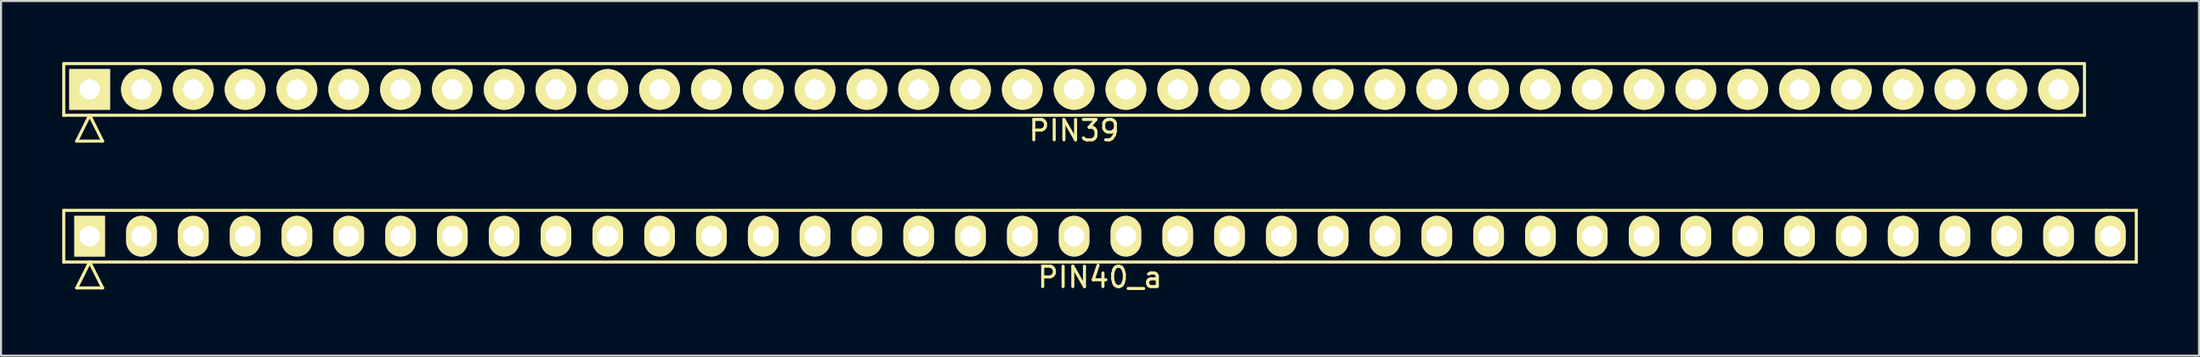
<source format=kicad_pcb>
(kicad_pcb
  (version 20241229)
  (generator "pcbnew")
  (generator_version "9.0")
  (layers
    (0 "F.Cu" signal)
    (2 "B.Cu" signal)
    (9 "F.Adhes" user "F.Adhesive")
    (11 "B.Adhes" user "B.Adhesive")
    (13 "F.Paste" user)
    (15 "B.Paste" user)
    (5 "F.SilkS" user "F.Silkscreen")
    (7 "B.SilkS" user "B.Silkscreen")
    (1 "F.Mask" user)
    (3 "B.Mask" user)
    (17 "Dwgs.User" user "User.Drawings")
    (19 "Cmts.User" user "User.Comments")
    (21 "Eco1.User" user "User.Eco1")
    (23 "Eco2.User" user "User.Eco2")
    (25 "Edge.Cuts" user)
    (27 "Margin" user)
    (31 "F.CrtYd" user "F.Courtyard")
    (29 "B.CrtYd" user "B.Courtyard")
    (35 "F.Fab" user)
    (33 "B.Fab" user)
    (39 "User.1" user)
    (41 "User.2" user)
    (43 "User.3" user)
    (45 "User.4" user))
  (footprint "PIN39"
    (layer "F.Cu")
    (at 49.605 1.345)
    (property "Reference" "PIN39" (at 0 2.02 0) (layer "F.SilkS") (effects (font (size 1 1) (thickness 0.15))))
    (attr through_hole)
    (fp_line (start -49.53 -1.27) (end -49.53 1.27) (stroke (width 0.15) (type solid)) (layer "F.SilkS"))
    (fp_line (start -49.53 1.27) (end 49.53 1.27) (stroke (width 0.15) (type solid)) (layer "F.SilkS"))
    (fp_line (start -48.895 2.54) (end -48.26 1.27) (stroke (width 0.15) (type solid)) (layer "F.SilkS"))
    (fp_line (start -48.895 2.54) (end -47.625 2.54) (stroke (width 0.15) (type solid)) (layer "F.SilkS"))
    (fp_line (start -47.625 2.54) (end -48.26 1.27) (stroke (width 0.15) (type solid)) (layer "F.SilkS"))
    (fp_line (start 49.53 -1.27) (end -49.53 -1.27) (stroke (width 0.15) (type solid)) (layer "F.SilkS"))
    (fp_line (start 49.53 1.27) (end 49.53 -1.27) (stroke (width 0.15) (type solid)) (layer "F.SilkS"))
    (pad "1" thru_hole rect (at -48.26 0) (size 2 2) (drill 1) (layers "*.Cu" "*.Mask" "F.SilkS"))
    (pad "2" thru_hole oval (at -45.72 0) (size 2 2) (drill 1) (layers "*.Cu" "*.Mask" "F.SilkS"))
    (pad "3" thru_hole oval (at -43.18 0) (size 2 2) (drill 1) (layers "*.Cu" "*.Mask" "F.SilkS"))
    (pad "4" thru_hole oval (at -40.64 0) (size 2 2) (drill 1) (layers "*.Cu" "*.Mask" "F.SilkS"))
    (pad "5" thru_hole oval (at -38.1 0) (size 2 2) (drill 1) (layers "*.Cu" "*.Mask" "F.SilkS"))
    (pad "6" thru_hole oval (at -35.56 0) (size 2 2) (drill 1) (layers "*.Cu" "*.Mask" "F.SilkS"))
    (pad "7" thru_hole oval (at -33.02 0) (size 2 2) (drill 1) (layers "*.Cu" "*.Mask" "F.SilkS"))
    (pad "8" thru_hole oval (at -30.48 0) (size 2 2) (drill 1) (layers "*.Cu" "*.Mask" "F.SilkS"))
    (pad "9" thru_hole oval (at -27.94 0) (size 2 2) (drill 1) (layers "*.Cu" "*.Mask" "F.SilkS"))
    (pad "10" thru_hole oval (at -25.4 0) (size 2 2) (drill 1) (layers "*.Cu" "*.Mask" "F.SilkS"))
    (pad "11" thru_hole oval (at -22.86 0) (size 2 2) (drill 1) (layers "*.Cu" "*.Mask" "F.SilkS"))
    (pad "12" thru_hole oval (at -20.32 0) (size 2 2) (drill 1) (layers "*.Cu" "*.Mask" "F.SilkS"))
    (pad "13" thru_hole oval (at -17.78 0) (size 2 2) (drill 1) (layers "*.Cu" "*.Mask" "F.SilkS"))
    (pad "14" thru_hole oval (at -15.24 0) (size 2 2) (drill 1) (layers "*.Cu" "*.Mask" "F.SilkS"))
    (pad "15" thru_hole oval (at -12.7 0) (size 2 2) (drill 1) (layers "*.Cu" "*.Mask" "F.SilkS"))
    (pad "16" thru_hole oval (at -10.16 0) (size 2 2) (drill 1) (layers "*.Cu" "*.Mask" "F.SilkS"))
    (pad "17" thru_hole oval (at -7.62 0) (size 2 2) (drill 1) (layers "*.Cu" "*.Mask" "F.SilkS"))
    (pad "18" thru_hole oval (at -5.08 0) (size 2 2) (drill 1) (layers "*.Cu" "*.Mask" "F.SilkS"))
    (pad "19" thru_hole oval (at -2.54 0) (size 2 2) (drill 1) (layers "*.Cu" "*.Mask" "F.SilkS"))
    (pad "20" thru_hole oval (at 0 0) (size 2 2) (drill 1) (layers "*.Cu" "*.Mask" "F.SilkS"))
    (pad "21" thru_hole oval (at 2.54 0) (size 2 2) (drill 1) (layers "*.Cu" "*.Mask" "F.SilkS"))
    (pad "22" thru_hole oval (at 5.08 0) (size 2 2) (drill 1) (layers "*.Cu" "*.Mask" "F.SilkS"))
    (pad "23" thru_hole oval (at 7.62 0) (size 2 2) (drill 1) (layers "*.Cu" "*.Mask" "F.SilkS"))
    (pad "24" thru_hole oval (at 10.16 0) (size 2 2) (drill 1) (layers "*.Cu" "*.Mask" "F.SilkS"))
    (pad "25" thru_hole oval (at 12.7 0) (size 2 2) (drill 1) (layers "*.Cu" "*.Mask" "F.SilkS"))
    (pad "26" thru_hole oval (at 15.24 0) (size 2 2) (drill 1) (layers "*.Cu" "*.Mask" "F.SilkS"))
    (pad "27" thru_hole oval (at 17.78 0) (size 2 2) (drill 1) (layers "*.Cu" "*.Mask" "F.SilkS"))
    (pad "28" thru_hole oval (at 20.32 0) (size 2 2) (drill 1) (layers "*.Cu" "*.Mask" "F.SilkS"))
    (pad "29" thru_hole oval (at 22.86 0) (size 2 2) (drill 1) (layers "*.Cu" "*.Mask" "F.SilkS"))
    (pad "30" thru_hole oval (at 25.4 0) (size 2 2) (drill 1) (layers "*.Cu" "*.Mask" "F.SilkS"))
    (pad "31" thru_hole oval (at 27.94 0) (size 2 2) (drill 1) (layers "*.Cu" "*.Mask" "F.SilkS"))
    (pad "32" thru_hole oval (at 30.48 0) (size 2 2) (drill 1) (layers "*.Cu" "*.Mask" "F.SilkS"))
    (pad "33" thru_hole oval (at 33.02 0) (size 2 2) (drill 1) (layers "*.Cu" "*.Mask" "F.SilkS"))
    (pad "34" thru_hole oval (at 35.56 0) (size 2 2) (drill 1) (layers "*.Cu" "*.Mask" "F.SilkS"))
    (pad "35" thru_hole oval (at 38.1 0) (size 2 2) (drill 1) (layers "*.Cu" "*.Mask" "F.SilkS"))
    (pad "36" thru_hole oval (at 40.64 0) (size 2 2) (drill 1) (layers "*.Cu" "*.Mask" "F.SilkS"))
    (pad "37" thru_hole oval (at 43.18 0) (size 2 2) (drill 1) (layers "*.Cu" "*.Mask" "F.SilkS"))
    (pad "38" thru_hole oval (at 45.72 0) (size 2 2) (drill 1) (layers "*.Cu" "*.Mask" "F.SilkS"))
    (pad "39" thru_hole oval (at 48.26 0) (size 2 2) (drill 1) (layers "*.Cu" "*.Mask" "F.SilkS")))
  (footprint "PIN40_a"
    (layer "F.Cu")
    (at 50.875 8.558)
    (property "Reference" "PIN40_a" (at 0 2.02 0) (layer "F.SilkS") (effects (font (size 1 1) (thickness 0.15))))
    (attr through_hole)
    (fp_line (start -50.8 -1.27) (end -50.8 1.27) (stroke (width 0.15) (type solid)) (layer "F.SilkS"))
    (fp_line (start -50.8 1.27) (end 50.8 1.27) (stroke (width 0.15) (type solid)) (layer "F.SilkS"))
    (fp_line (start -50.165 2.54) (end -49.53 1.27) (stroke (width 0.15) (type solid)) (layer "F.SilkS"))
    (fp_line (start -50.165 2.54) (end -48.895 2.54) (stroke (width 0.15) (type solid)) (layer "F.SilkS"))
    (fp_line (start -48.895 2.54) (end -49.53 1.27) (stroke (width 0.15) (type solid)) (layer "F.SilkS"))
    (fp_line (start 50.8 -1.27) (end -50.8 -1.27) (stroke (width 0.15) (type solid)) (layer "F.SilkS"))
    (fp_line (start 50.8 1.27) (end 50.8 -1.27) (stroke (width 0.15) (type solid)) (layer "F.SilkS"))
    (pad "1" thru_hole rect (at -49.53 0) (size 1.5 2) (drill 1) (layers "*.Cu" "*.Mask" "F.SilkS"))
    (pad "2" thru_hole oval (at -46.99 0) (size 1.5 2) (drill 1) (layers "*.Cu" "*.Mask" "F.SilkS"))
    (pad "3" thru_hole oval (at -44.45 0) (size 1.5 2) (drill 1) (layers "*.Cu" "*.Mask" "F.SilkS"))
    (pad "4" thru_hole oval (at -41.91 0) (size 1.5 2) (drill 1) (layers "*.Cu" "*.Mask" "F.SilkS"))
    (pad "5" thru_hole oval (at -39.37 0) (size 1.5 2) (drill 1) (layers "*.Cu" "*.Mask" "F.SilkS"))
    (pad "6" thru_hole oval (at -36.83 0) (size 1.5 2) (drill 1) (layers "*.Cu" "*.Mask" "F.SilkS"))
    (pad "7" thru_hole oval (at -34.29 0) (size 1.5 2) (drill 1) (layers "*.Cu" "*.Mask" "F.SilkS"))
    (pad "8" thru_hole oval (at -31.75 0) (size 1.5 2) (drill 1) (layers "*.Cu" "*.Mask" "F.SilkS"))
    (pad "9" thru_hole oval (at -29.21 0) (size 1.5 2) (drill 1) (layers "*.Cu" "*.Mask" "F.SilkS"))
    (pad "10" thru_hole oval (at -26.67 0) (size 1.5 2) (drill 1) (layers "*.Cu" "*.Mask" "F.SilkS"))
    (pad "11" thru_hole oval (at -24.13 0) (size 1.5 2) (drill 1) (layers "*.Cu" "*.Mask" "F.SilkS"))
    (pad "12" thru_hole oval (at -21.59 0) (size 1.5 2) (drill 1) (layers "*.Cu" "*.Mask" "F.SilkS"))
    (pad "13" thru_hole oval (at -19.05 0) (size 1.5 2) (drill 1) (layers "*.Cu" "*.Mask" "F.SilkS"))
    (pad "14" thru_hole oval (at -16.51 0) (size 1.5 2) (drill 1) (layers "*.Cu" "*.Mask" "F.SilkS"))
    (pad "15" thru_hole oval (at -13.97 0) (size 1.5 2) (drill 1) (layers "*.Cu" "*.Mask" "F.SilkS"))
    (pad "16" thru_hole oval (at -11.43 0) (size 1.5 2) (drill 1) (layers "*.Cu" "*.Mask" "F.SilkS"))
    (pad "17" thru_hole oval (at -8.89 0) (size 1.5 2) (drill 1) (layers "*.Cu" "*.Mask" "F.SilkS"))
    (pad "18" thru_hole oval (at -6.35 0) (size 1.5 2) (drill 1) (layers "*.Cu" "*.Mask" "F.SilkS"))
    (pad "19" thru_hole oval (at -3.81 0) (size 1.5 2) (drill 1) (layers "*.Cu" "*.Mask" "F.SilkS"))
    (pad "20" thru_hole oval (at -1.27 0) (size 1.5 2) (drill 1) (layers "*.Cu" "*.Mask" "F.SilkS"))
    (pad "21" thru_hole oval (at 1.27 0) (size 1.5 2) (drill 1) (layers "*.Cu" "*.Mask" "F.SilkS"))
    (pad "22" thru_hole oval (at 3.81 0) (size 1.5 2) (drill 1) (layers "*.Cu" "*.Mask" "F.SilkS"))
    (pad "23" thru_hole oval (at 6.35 0) (size 1.5 2) (drill 1) (layers "*.Cu" "*.Mask" "F.SilkS"))
    (pad "24" thru_hole oval (at 8.89 0) (size 1.5 2) (drill 1) (layers "*.Cu" "*.Mask" "F.SilkS"))
    (pad "25" thru_hole oval (at 11.43 0) (size 1.5 2) (drill 1) (layers "*.Cu" "*.Mask" "F.SilkS"))
    (pad "26" thru_hole oval (at 13.97 0) (size 1.5 2) (drill 1) (layers "*.Cu" "*.Mask" "F.SilkS"))
    (pad "27" thru_hole oval (at 16.51 0) (size 1.5 2) (drill 1) (layers "*.Cu" "*.Mask" "F.SilkS"))
    (pad "28" thru_hole oval (at 19.05 0) (size 1.5 2) (drill 1) (layers "*.Cu" "*.Mask" "F.SilkS"))
    (pad "29" thru_hole oval (at 21.59 0) (size 1.5 2) (drill 1) (layers "*.Cu" "*.Mask" "F.SilkS"))
    (pad "30" thru_hole oval (at 24.13 0) (size 1.5 2) (drill 1) (layers "*.Cu" "*.Mask" "F.SilkS"))
    (pad "31" thru_hole oval (at 26.67 0) (size 1.5 2) (drill 1) (layers "*.Cu" "*.Mask" "F.SilkS"))
    (pad "32" thru_hole oval (at 29.21 0) (size 1.5 2) (drill 1) (layers "*.Cu" "*.Mask" "F.SilkS"))
    (pad "33" thru_hole oval (at 31.75 0) (size 1.5 2) (drill 1) (layers "*.Cu" "*.Mask" "F.SilkS"))
    (pad "34" thru_hole oval (at 34.29 0) (size 1.5 2) (drill 1) (layers "*.Cu" "*.Mask" "F.SilkS"))
    (pad "35" thru_hole oval (at 36.83 0) (size 1.5 2) (drill 1) (layers "*.Cu" "*.Mask" "F.SilkS"))
    (pad "36" thru_hole oval (at 39.37 0) (size 1.5 2) (drill 1) (layers "*.Cu" "*.Mask" "F.SilkS"))
    (pad "37" thru_hole oval (at 41.91 0) (size 1.5 2) (drill 1) (layers "*.Cu" "*.Mask" "F.SilkS"))
    (pad "38" thru_hole oval (at 44.45 0) (size 1.5 2) (drill 1) (layers "*.Cu" "*.Mask" "F.SilkS"))
    (pad "39" thru_hole oval (at 46.99 0) (size 1.5 2) (drill 1) (layers "*.Cu" "*.Mask" "F.SilkS"))
    (pad "40" thru_hole oval (at 49.53 0) (size 1.5 2) (drill 1) (layers "*.Cu" "*.Mask" "F.SilkS")))
  (gr_rect
    (start -3 -3)
    (end 104.75 14.427)
    (stroke (width 0.1) (type default))
    (fill no)
    (layer "Edge.Cuts")))
</source>
